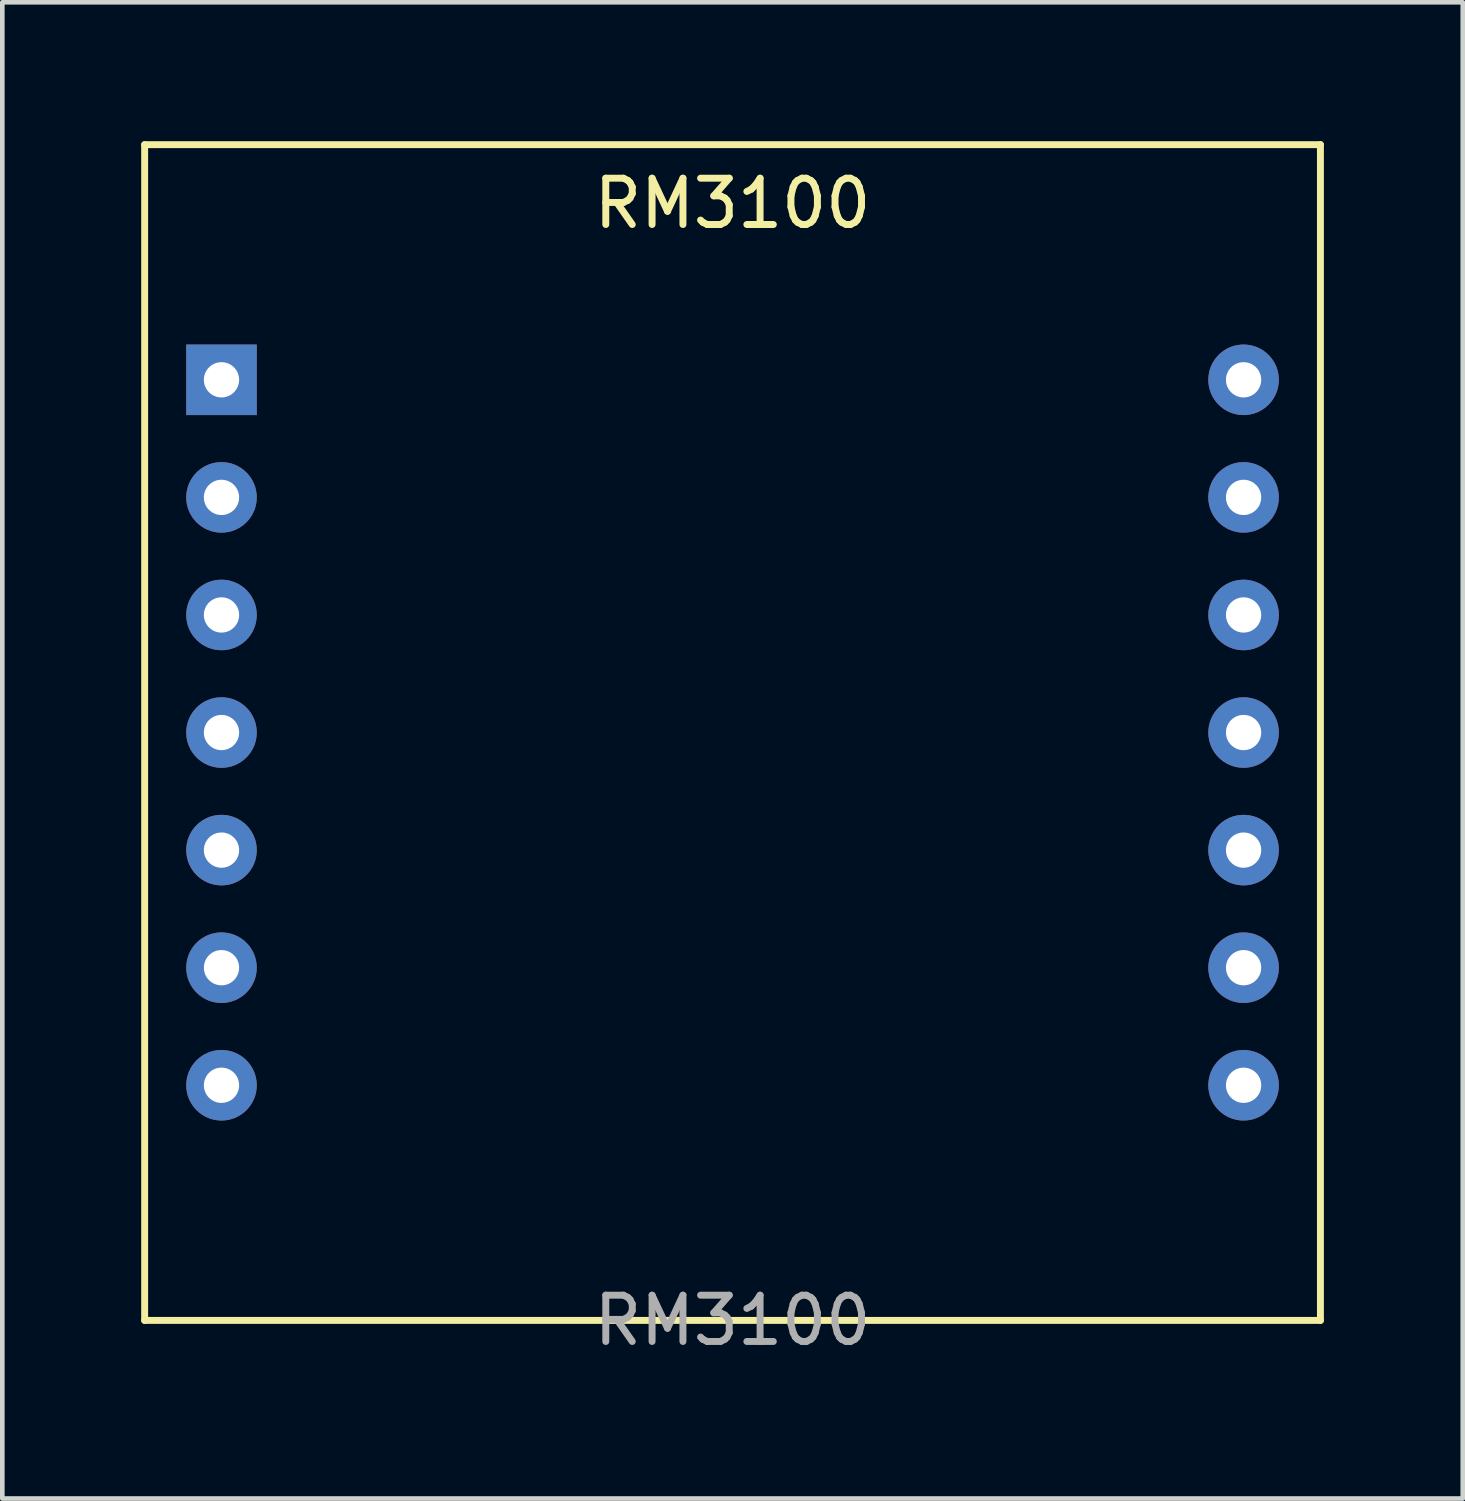
<source format=kicad_pcb>
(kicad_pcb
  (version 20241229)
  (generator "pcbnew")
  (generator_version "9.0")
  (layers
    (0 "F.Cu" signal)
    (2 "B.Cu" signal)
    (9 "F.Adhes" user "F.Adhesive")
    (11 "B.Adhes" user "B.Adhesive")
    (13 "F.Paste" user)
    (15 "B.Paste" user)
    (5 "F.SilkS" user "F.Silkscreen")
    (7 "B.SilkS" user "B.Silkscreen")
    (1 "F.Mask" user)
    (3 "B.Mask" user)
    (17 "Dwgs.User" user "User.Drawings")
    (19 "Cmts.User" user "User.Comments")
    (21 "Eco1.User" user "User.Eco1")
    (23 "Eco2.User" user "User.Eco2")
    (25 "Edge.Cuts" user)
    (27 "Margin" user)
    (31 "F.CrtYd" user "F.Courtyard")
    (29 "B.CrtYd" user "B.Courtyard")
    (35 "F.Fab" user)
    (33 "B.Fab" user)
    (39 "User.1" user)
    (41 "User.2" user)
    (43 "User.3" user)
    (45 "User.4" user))
  (footprint "RM3100"
    (layer "F.Cu")
    (at 12.775 12.775)
    (property "Reference" "RM3100" (at 0 -11.43 0) (unlocked yes) (layer "F.SilkS") (effects (font (size 1 1) (thickness 0.15))))
    (attr through_hole)
    (fp_line (start -12.7 -12.7) (end -12.7 12.7) (stroke (width 0.15) (type solid)) (layer "F.SilkS"))
    (fp_line (start -12.7 -12.7) (end 12.7 -12.7) (stroke (width 0.15) (type solid)) (layer "F.SilkS"))
    (fp_line (start -12.7 12.7) (end 12.7 12.7) (stroke (width 0.15) (type solid)) (layer "F.SilkS"))
    (fp_line (start 12.7 -12.7) (end 12.7 12.7) (stroke (width 0.15) (type solid)) (layer "F.SilkS"))
    (fp_text user "${REFERENCE}" (at 0 12.7 0) (unlocked yes) (layer "F.Fab") (effects (font (size 1 1) (thickness 0.15))))
    (pad "1" thru_hole rect (at -11.04 -7.62) (size 1.524 1.524) (drill 0.762) (layers "*.Cu" "*.Mask"))
    (pad "2" thru_hole circle (at -11.04 -5.08) (size 1.524 1.524) (drill 0.762) (layers "*.Cu" "*.Mask"))
    (pad "3" thru_hole circle (at -11.04 -2.54) (size 1.524 1.524) (drill 0.762) (layers "*.Cu" "*.Mask"))
    (pad "4" thru_hole circle (at -11.04 0) (size 1.524 1.524) (drill 0.762) (layers "*.Cu" "*.Mask"))
    (pad "5" thru_hole circle (at -11.04 2.54) (size 1.524 1.524) (drill 0.762) (layers "*.Cu" "*.Mask"))
    (pad "6" thru_hole circle (at -11.04 5.08) (size 1.524 1.524) (drill 0.762) (layers "*.Cu" "*.Mask"))
    (pad "7" thru_hole circle (at -11.04 7.62) (size 1.524 1.524) (drill 0.762) (layers "*.Cu" "*.Mask"))
    (pad "8" thru_hole circle (at 11.04 7.62) (size 1.524 1.524) (drill 0.762) (layers "*.Cu" "*.Mask"))
    (pad "9" thru_hole circle (at 11.04 5.08) (size 1.524 1.524) (drill 0.762) (layers "*.Cu" "*.Mask"))
    (pad "10" thru_hole circle (at 11.04 2.54) (size 1.524 1.524) (drill 0.762) (layers "*.Cu" "*.Mask"))
    (pad "11" thru_hole circle (at 11.04 0) (size 1.524 1.524) (drill 0.762) (layers "*.Cu" "*.Mask"))
    (pad "12" thru_hole circle (at 11.04 -2.54) (size 1.524 1.524) (drill 0.762) (layers "*.Cu" "*.Mask"))
    (pad "13" thru_hole circle (at 11.04 -5.08) (size 1.524 1.524) (drill 0.762) (layers "*.Cu" "*.Mask"))
    (pad "14" thru_hole circle (at 11.04 -7.62) (size 1.524 1.524) (drill 0.762) (layers "*.Cu" "*.Mask")))
  (gr_rect
    (start -3 -3)
    (end 28.55 29.323)
    (stroke (width 0.1) (type default))
    (fill no)
    (layer "Edge.Cuts")))
</source>
